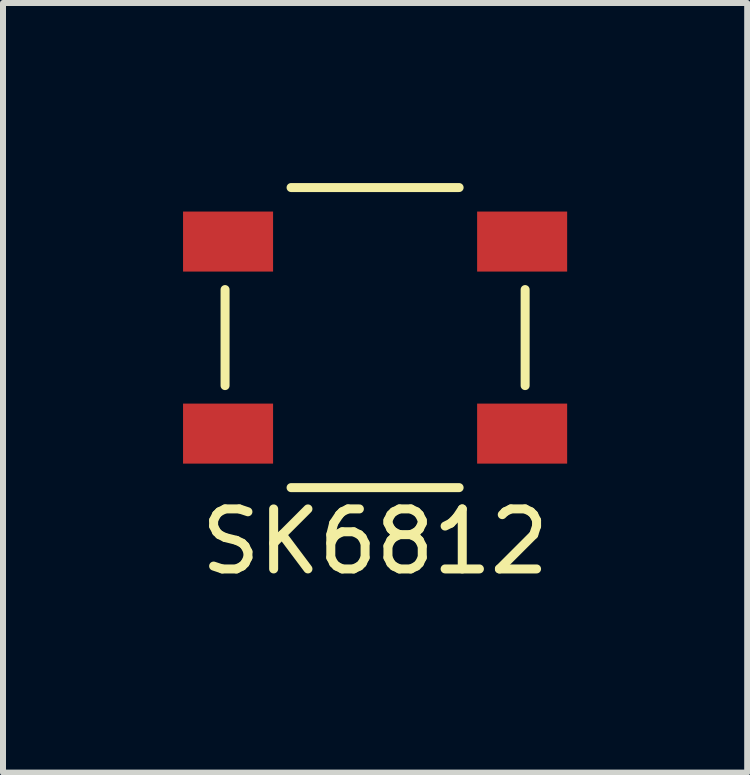
<source format=kicad_pcb>
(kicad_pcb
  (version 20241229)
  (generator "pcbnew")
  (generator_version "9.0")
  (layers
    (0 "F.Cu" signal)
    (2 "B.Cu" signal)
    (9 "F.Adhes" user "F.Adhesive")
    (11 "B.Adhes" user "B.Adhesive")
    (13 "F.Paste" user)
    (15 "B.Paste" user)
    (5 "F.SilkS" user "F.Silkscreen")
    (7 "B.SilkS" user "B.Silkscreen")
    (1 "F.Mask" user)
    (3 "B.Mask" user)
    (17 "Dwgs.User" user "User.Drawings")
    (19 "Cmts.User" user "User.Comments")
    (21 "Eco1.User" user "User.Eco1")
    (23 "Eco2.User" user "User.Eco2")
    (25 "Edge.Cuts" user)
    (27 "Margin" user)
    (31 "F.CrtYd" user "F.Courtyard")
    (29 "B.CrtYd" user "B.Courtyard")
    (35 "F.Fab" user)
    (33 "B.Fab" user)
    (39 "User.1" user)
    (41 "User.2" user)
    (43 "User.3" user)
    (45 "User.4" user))
  (footprint "SK6812"
    (layer "F.Cu")
    (at 3.2 2.575)
    (property "Reference" "SK6812" (at 0 3.4 0) (layer "F.SilkS") (effects (font (size 1 1) (thickness 0.15))))
    (attr through_hole)
    (fp_line (start -2.5 0.8) (end -2.5 -0.8) (stroke (width 0.15) (type solid)) (layer "F.SilkS"))
    (fp_line (start -1.4 -2.5) (end 1.4 -2.5) (stroke (width 0.15) (type solid)) (layer "F.SilkS"))
    (fp_line (start -1.4 2.5) (end 1.4 2.5) (stroke (width 0.15) (type solid)) (layer "F.SilkS"))
    (fp_line (start 2.5 0.8) (end 2.5 -0.8) (stroke (width 0.15) (type solid)) (layer "F.SilkS"))
    (pad "1" smd rect (at 2.45 1.6 180) (size 1.5 1) (layers "F.Cu" "F.Mask" "F.Paste"))
    (pad "2" smd rect (at 2.45 -1.6) (size 1.5 1) (layers "F.Cu" "F.Mask" "F.Paste"))
    (pad "3" smd rect (at -2.45 -1.6) (size 1.5 1) (layers "F.Cu" "F.Mask" "F.Paste"))
    (pad "4" smd rect (at -2.45 1.6) (size 1.5 1) (layers "F.Cu" "F.Mask" "F.Paste")))
  (gr_rect
    (start -3 -3)
    (end 9.4 9.823)
    (stroke (width 0.1) (type default))
    (fill no)
    (layer "Edge.Cuts")))
</source>
